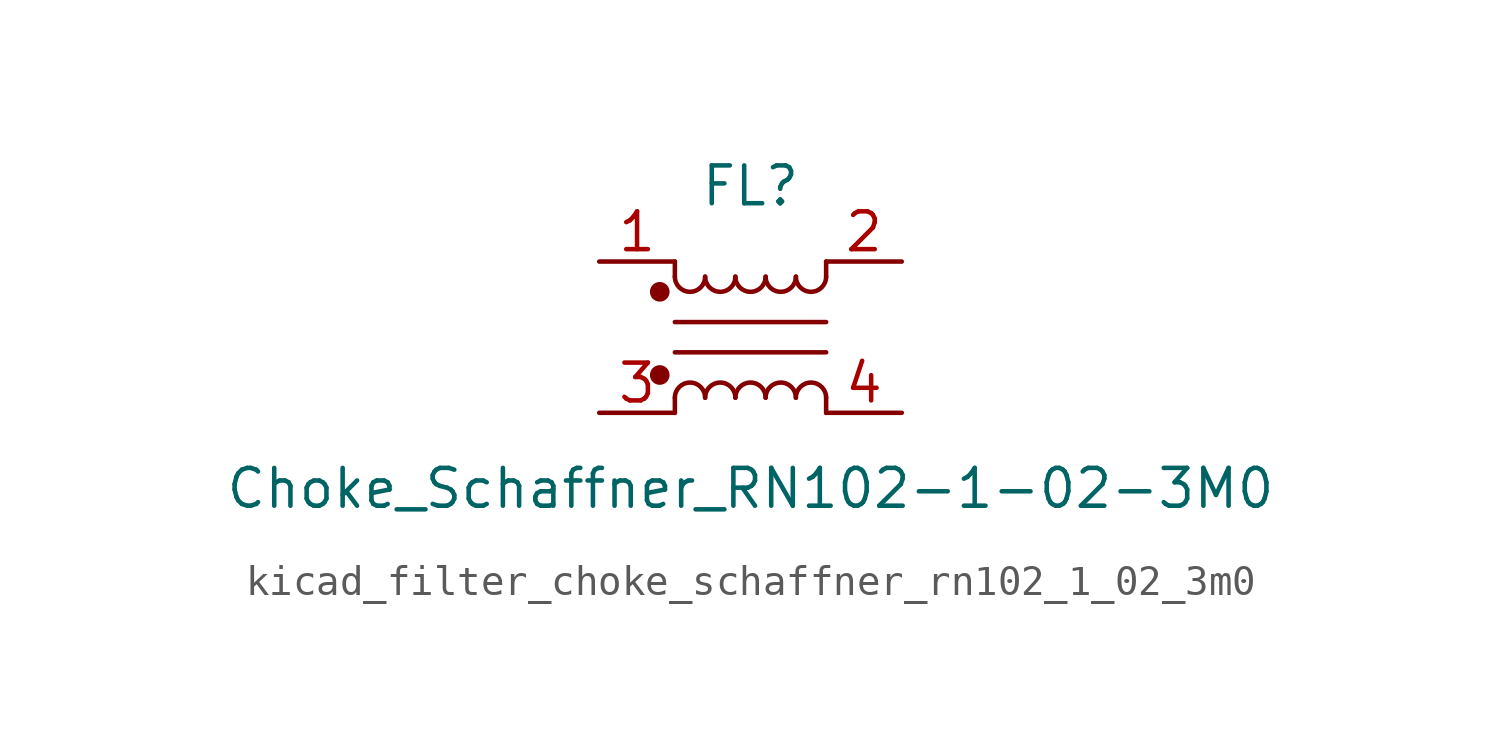
<source format=kicad_sym>
(kicad_symbol_lib
  (version 20220914)
  (generator kicad_symbol_editor)
  (symbol "kicad_filter_choke_schaffner_rn102_1_02_3m0"
    (pin_names hide)
    (property "Reference" "FL"
      (at 0 5.08 0)
      (effects (font (size 1.27 1.27))))
    (property "Value" "Choke_Schaffner_RN102-1-02-3M0"
      (at 0 -5.08 0)
      (effects (font (size 1.27 1.27))))
    (symbol "kicad_filter_choke_schaffner_rn102_1_02_3m0_1_1"
      (circle (center -3.048 -1.27) (radius 0.254) (stroke (width 0) (type default)) (fill (type outline)))
      (circle (center -3.048 1.524) (radius 0.254) (stroke (width 0) (type default)) (fill (type outline)))
      (arc (start -2.54 2.032) (mid -2.032 1.5262) (end -1.524 2.032) (stroke (width 0) (type default)) (fill (type none)))
      (arc (start -1.524 -2.032) (mid -2.032 -1.5262) (end -2.54 -2.032) (stroke (width 0) (type default)) (fill (type none)))
      (arc (start -1.524 2.032) (mid -1.016 1.5262) (end -0.508 2.032) (stroke (width 0) (type default)) (fill (type none)))
      (arc (start -0.508 -2.032) (mid -1.016 -1.5262) (end -1.524 -2.032) (stroke (width 0) (type default)) (fill (type none)))
      (arc (start -0.508 2.032) (mid 0 1.5262) (end 0.508 2.032) (stroke (width 0) (type default)) (fill (type none)))
      (polyline (pts (xy -2.54 -2.032) (xy -2.54 -2.54)) (stroke (width 0) (type default)) (fill (type none)))
      (polyline (pts (xy -2.54 0.508) (xy 2.54 0.508)) (stroke (width 0) (type default)) (fill (type none)))
      (polyline (pts (xy -2.54 2.032) (xy -2.54 2.54)) (stroke (width 0) (type default)) (fill (type none)))
      (polyline (pts (xy 2.54 -2.032) (xy 2.54 -2.54)) (stroke (width 0) (type default)) (fill (type none)))
      (polyline (pts (xy 2.54 -0.508) (xy -2.54 -0.508)) (stroke (width 0) (type default)) (fill (type none)))
      (polyline (pts (xy 2.54 2.54) (xy 2.54 2.032)) (stroke (width 0) (type default)) (fill (type none)))
      (arc (start 0.508 -2.032) (mid 0 -1.5262) (end -0.508 -2.032) (stroke (width 0) (type default)) (fill (type none)))
      (arc (start 0.508 2.032) (mid 1.016 1.5262) (end 1.524 2.032) (stroke (width 0) (type default)) (fill (type none)))
      (arc (start 1.524 -2.032) (mid 1.016 -1.5262) (end 0.508 -2.032) (stroke (width 0) (type default)) (fill (type none)))
      (arc (start 1.524 2.032) (mid 2.032 1.5262) (end 2.54 2.032) (stroke (width 0) (type default)) (fill (type none)))
      (arc (start 2.54 -2.032) (mid 2.032 -1.5262) (end 1.524 -2.032) (stroke (width 0) (type default)) (fill (type none)))
      (pin passive line (at -5.08 2.54 0) (length 2.54) (name "1" (effects (font (size 1.27 1.27)))) (number "1" (effects (font (size 1.27 1.27)))))
      (pin passive line (at 5.08 2.54 180) (length 2.54) (name "2" (effects (font (size 1.27 1.27)))) (number "2" (effects (font (size 1.27 1.27)))))
      (pin passive line (at -5.08 -2.54 0) (length 2.54) (name "3" (effects (font (size 1.27 1.27)))) (number "3" (effects (font (size 1.27 1.27)))))
      (pin passive line (at 5.08 -2.54 180) (length 2.54) (name "4" (effects (font (size 1.27 1.27)))) (number "4" (effects (font (size 1.27 1.27))))))))
</source>
